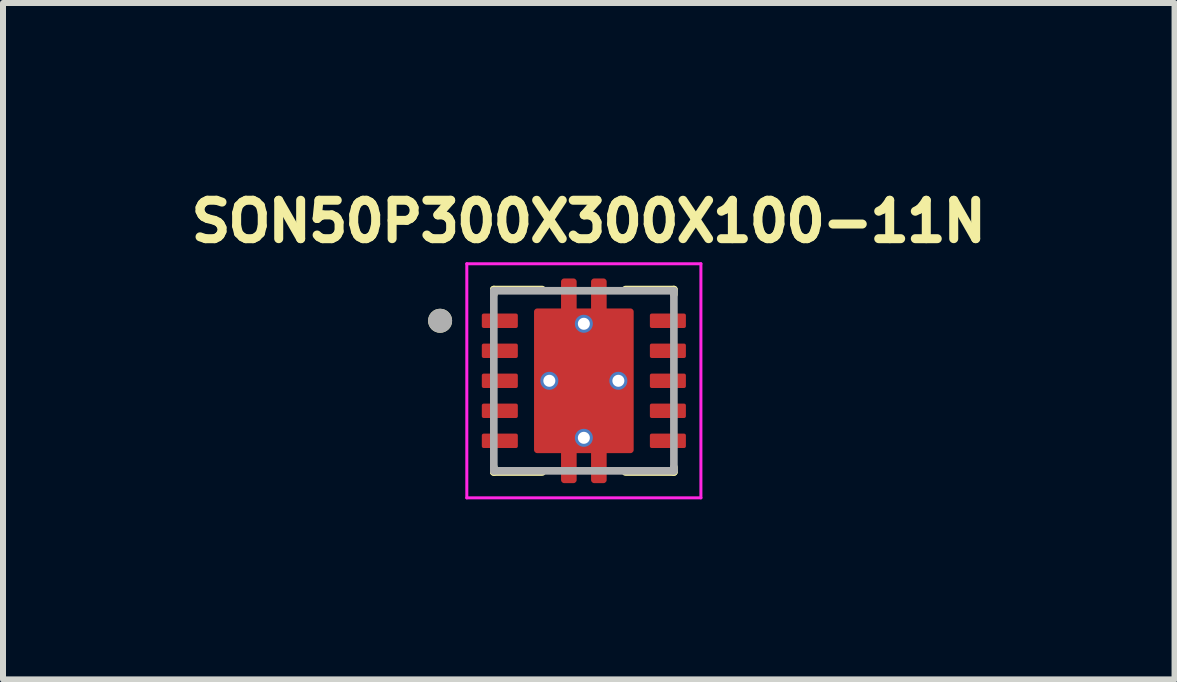
<source format=kicad_pcb>
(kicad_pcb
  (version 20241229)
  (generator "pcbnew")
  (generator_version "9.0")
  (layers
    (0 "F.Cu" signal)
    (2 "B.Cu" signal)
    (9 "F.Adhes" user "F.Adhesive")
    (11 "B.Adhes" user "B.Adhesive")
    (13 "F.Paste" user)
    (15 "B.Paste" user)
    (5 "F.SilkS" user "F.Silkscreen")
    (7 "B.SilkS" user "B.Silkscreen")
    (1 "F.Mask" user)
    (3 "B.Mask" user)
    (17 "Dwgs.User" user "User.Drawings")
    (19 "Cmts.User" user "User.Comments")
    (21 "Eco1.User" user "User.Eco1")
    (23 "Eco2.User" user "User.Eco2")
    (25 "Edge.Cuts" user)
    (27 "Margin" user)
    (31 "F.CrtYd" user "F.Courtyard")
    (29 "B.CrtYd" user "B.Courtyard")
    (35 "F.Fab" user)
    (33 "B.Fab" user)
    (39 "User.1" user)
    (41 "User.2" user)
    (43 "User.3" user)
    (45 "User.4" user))
  (footprint "SON50P300X300X100-11N"
    (layer "F.Cu")
    (at 6.677 3.294)
    (property "Reference" "SON50P300X300X100-11N" (at 0.082 -2.656 0) (layer "F.SilkS") (effects (font (size 0.64 0.64) (thickness 0.15))))
    (attr smd)
    (fp_poly (pts (xy -1.72 -1.19) (xy -1.08 -1.19) (xy -1.077 -1.19) (xy -1.075 -1.19) (xy -1.072 -1.189) (xy -1.07 -1.189) (xy -1.067 -1.188) (xy -1.065 -1.188) (xy -1.062 -1.187) (xy -1.06 -1.186) (xy -1.057 -1.185) (xy -1.055 -1.183) (xy -1.053 -1.182) (xy -1.051 -1.18) (xy -1.049 -1.179) (xy -1.047 -1.177) (xy -1.045 -1.175) (xy -1.043 -1.173) (xy -1.041 -1.171) (xy -1.04 -1.169) (xy -1.038 -1.167) (xy -1.037 -1.165) (xy -1.035 -1.163) (xy -1.034 -1.16) (xy -1.033 -1.158) (xy -1.032 -1.155) (xy -1.032 -1.153) (xy -1.031 -1.15) (xy -1.031 -1.148) (xy -1.03 -1.145) (xy -1.03 -1.143) (xy -1.03 -1.14) (xy -1.03 -0.86) (xy -1.03 -0.857) (xy -1.03 -0.855) (xy -1.031 -0.852) (xy -1.031 -0.85) (xy -1.032 -0.847) (xy -1.032 -0.845) (xy -1.033 -0.842) (xy -1.034 -0.84) (xy -1.035 -0.837) (xy -1.037 -0.835) (xy -1.038 -0.833) (xy -1.04 -0.831) (xy -1.041 -0.829) (xy -1.043 -0.827) (xy -1.045 -0.825) (xy -1.047 -0.823) (xy -1.049 -0.821) (xy -1.051 -0.82) (xy -1.053 -0.818) (xy -1.055 -0.817) (xy -1.057 -0.815) (xy -1.06 -0.814) (xy -1.062 -0.813) (xy -1.065 -0.812) (xy -1.067 -0.812) (xy -1.07 -0.811) (xy -1.072 -0.811) (xy -1.075 -0.81) (xy -1.077 -0.81) (xy -1.08 -0.81) (xy -1.72 -0.81) (xy -1.723 -0.81) (xy -1.725 -0.81) (xy -1.728 -0.811) (xy -1.73 -0.811) (xy -1.733 -0.812) (xy -1.735 -0.812) (xy -1.738 -0.813) (xy -1.74 -0.814) (xy -1.743 -0.815) (xy -1.745 -0.817) (xy -1.747 -0.818) (xy -1.749 -0.82) (xy -1.751 -0.821) (xy -1.753 -0.823) (xy -1.755 -0.825) (xy -1.757 -0.827) (xy -1.759 -0.829) (xy -1.76 -0.831) (xy -1.762 -0.833) (xy -1.763 -0.835) (xy -1.765 -0.837) (xy -1.766 -0.84) (xy -1.767 -0.842) (xy -1.768 -0.845) (xy -1.768 -0.847) (xy -1.769 -0.85) (xy -1.769 -0.852) (xy -1.77 -0.855) (xy -1.77 -0.857) (xy -1.77 -0.86) (xy -1.77 -1.14) (xy -1.77 -1.143) (xy -1.77 -1.145) (xy -1.769 -1.148) (xy -1.769 -1.15) (xy -1.768 -1.153) (xy -1.768 -1.155) (xy -1.767 -1.158) (xy -1.766 -1.16) (xy -1.765 -1.163) (xy -1.763 -1.165) (xy -1.762 -1.167) (xy -1.76 -1.169) (xy -1.759 -1.171) (xy -1.757 -1.173) (xy -1.755 -1.175) (xy -1.753 -1.177) (xy -1.751 -1.179) (xy -1.749 -1.18) (xy -1.747 -1.182) (xy -1.745 -1.183) (xy -1.743 -1.185) (xy -1.74 -1.186) (xy -1.738 -1.187) (xy -1.735 -1.188) (xy -1.733 -1.188) (xy -1.73 -1.189) (xy -1.728 -1.189) (xy -1.725 -1.19) (xy -1.723 -1.19) (xy -1.72 -1.19)) (stroke (width 0.01) (type solid)) (fill yes) (layer "F.Mask"))
    (fp_poly (pts (xy -1.72 -0.69) (xy -1.08 -0.69) (xy -1.077 -0.69) (xy -1.075 -0.69) (xy -1.072 -0.689) (xy -1.07 -0.689) (xy -1.067 -0.688) (xy -1.065 -0.688) (xy -1.062 -0.687) (xy -1.06 -0.686) (xy -1.057 -0.685) (xy -1.055 -0.683) (xy -1.053 -0.682) (xy -1.051 -0.68) (xy -1.049 -0.679) (xy -1.047 -0.677) (xy -1.045 -0.675) (xy -1.043 -0.673) (xy -1.041 -0.671) (xy -1.04 -0.669) (xy -1.038 -0.667) (xy -1.037 -0.665) (xy -1.035 -0.663) (xy -1.034 -0.66) (xy -1.033 -0.658) (xy -1.032 -0.655) (xy -1.032 -0.653) (xy -1.031 -0.65) (xy -1.031 -0.648) (xy -1.03 -0.645) (xy -1.03 -0.643) (xy -1.03 -0.64) (xy -1.03 -0.36) (xy -1.03 -0.357) (xy -1.03 -0.355) (xy -1.031 -0.352) (xy -1.031 -0.35) (xy -1.032 -0.347) (xy -1.032 -0.345) (xy -1.033 -0.342) (xy -1.034 -0.34) (xy -1.035 -0.337) (xy -1.037 -0.335) (xy -1.038 -0.333) (xy -1.04 -0.331) (xy -1.041 -0.329) (xy -1.043 -0.327) (xy -1.045 -0.325) (xy -1.047 -0.323) (xy -1.049 -0.321) (xy -1.051 -0.32) (xy -1.053 -0.318) (xy -1.055 -0.317) (xy -1.057 -0.315) (xy -1.06 -0.314) (xy -1.062 -0.313) (xy -1.065 -0.312) (xy -1.067 -0.312) (xy -1.07 -0.311) (xy -1.072 -0.311) (xy -1.075 -0.31) (xy -1.077 -0.31) (xy -1.08 -0.31) (xy -1.72 -0.31) (xy -1.723 -0.31) (xy -1.725 -0.31) (xy -1.728 -0.311) (xy -1.73 -0.311) (xy -1.733 -0.312) (xy -1.735 -0.312) (xy -1.738 -0.313) (xy -1.74 -0.314) (xy -1.743 -0.315) (xy -1.745 -0.317) (xy -1.747 -0.318) (xy -1.749 -0.32) (xy -1.751 -0.321) (xy -1.753 -0.323) (xy -1.755 -0.325) (xy -1.757 -0.327) (xy -1.759 -0.329) (xy -1.76 -0.331) (xy -1.762 -0.333) (xy -1.763 -0.335) (xy -1.765 -0.337) (xy -1.766 -0.34) (xy -1.767 -0.342) (xy -1.768 -0.345) (xy -1.768 -0.347) (xy -1.769 -0.35) (xy -1.769 -0.352) (xy -1.77 -0.355) (xy -1.77 -0.357) (xy -1.77 -0.36) (xy -1.77 -0.64) (xy -1.77 -0.643) (xy -1.77 -0.645) (xy -1.769 -0.648) (xy -1.769 -0.65) (xy -1.768 -0.653) (xy -1.768 -0.655) (xy -1.767 -0.658) (xy -1.766 -0.66) (xy -1.765 -0.663) (xy -1.763 -0.665) (xy -1.762 -0.667) (xy -1.76 -0.669) (xy -1.759 -0.671) (xy -1.757 -0.673) (xy -1.755 -0.675) (xy -1.753 -0.677) (xy -1.751 -0.679) (xy -1.749 -0.68) (xy -1.747 -0.682) (xy -1.745 -0.683) (xy -1.743 -0.685) (xy -1.74 -0.686) (xy -1.738 -0.687) (xy -1.735 -0.688) (xy -1.733 -0.688) (xy -1.73 -0.689) (xy -1.728 -0.689) (xy -1.725 -0.69) (xy -1.723 -0.69) (xy -1.72 -0.69)) (stroke (width 0.01) (type solid)) (fill yes) (layer "F.Mask"))
    (fp_poly (pts (xy -1.72 -0.19) (xy -1.08 -0.19) (xy -1.077 -0.19) (xy -1.075 -0.19) (xy -1.072 -0.189) (xy -1.07 -0.189) (xy -1.067 -0.188) (xy -1.065 -0.188) (xy -1.062 -0.187) (xy -1.06 -0.186) (xy -1.057 -0.185) (xy -1.055 -0.183) (xy -1.053 -0.182) (xy -1.051 -0.18) (xy -1.049 -0.179) (xy -1.047 -0.177) (xy -1.045 -0.175) (xy -1.043 -0.173) (xy -1.041 -0.171) (xy -1.04 -0.169) (xy -1.038 -0.167) (xy -1.037 -0.165) (xy -1.035 -0.163) (xy -1.034 -0.16) (xy -1.033 -0.158) (xy -1.032 -0.155) (xy -1.032 -0.153) (xy -1.031 -0.15) (xy -1.031 -0.148) (xy -1.03 -0.145) (xy -1.03 -0.143) (xy -1.03 -0.14) (xy -1.03 0.14) (xy -1.03 0.143) (xy -1.03 0.145) (xy -1.031 0.148) (xy -1.031 0.15) (xy -1.032 0.153) (xy -1.032 0.155) (xy -1.033 0.158) (xy -1.034 0.16) (xy -1.035 0.163) (xy -1.037 0.165) (xy -1.038 0.167) (xy -1.04 0.169) (xy -1.041 0.171) (xy -1.043 0.173) (xy -1.045 0.175) (xy -1.047 0.177) (xy -1.049 0.179) (xy -1.051 0.18) (xy -1.053 0.182) (xy -1.055 0.183) (xy -1.057 0.185) (xy -1.06 0.186) (xy -1.062 0.187) (xy -1.065 0.188) (xy -1.067 0.188) (xy -1.07 0.189) (xy -1.072 0.189) (xy -1.075 0.19) (xy -1.077 0.19) (xy -1.08 0.19) (xy -1.72 0.19) (xy -1.723 0.19) (xy -1.725 0.19) (xy -1.728 0.189) (xy -1.73 0.189) (xy -1.733 0.188) (xy -1.735 0.188) (xy -1.738 0.187) (xy -1.74 0.186) (xy -1.743 0.185) (xy -1.745 0.183) (xy -1.747 0.182) (xy -1.749 0.18) (xy -1.751 0.179) (xy -1.753 0.177) (xy -1.755 0.175) (xy -1.757 0.173) (xy -1.759 0.171) (xy -1.76 0.169) (xy -1.762 0.167) (xy -1.763 0.165) (xy -1.765 0.163) (xy -1.766 0.16) (xy -1.767 0.158) (xy -1.768 0.155) (xy -1.768 0.153) (xy -1.769 0.15) (xy -1.769 0.148) (xy -1.77 0.145) (xy -1.77 0.143) (xy -1.77 0.14) (xy -1.77 -0.14) (xy -1.77 -0.143) (xy -1.77 -0.145) (xy -1.769 -0.148) (xy -1.769 -0.15) (xy -1.768 -0.153) (xy -1.768 -0.155) (xy -1.767 -0.158) (xy -1.766 -0.16) (xy -1.765 -0.163) (xy -1.763 -0.165) (xy -1.762 -0.167) (xy -1.76 -0.169) (xy -1.759 -0.171) (xy -1.757 -0.173) (xy -1.755 -0.175) (xy -1.753 -0.177) (xy -1.751 -0.179) (xy -1.749 -0.18) (xy -1.747 -0.182) (xy -1.745 -0.183) (xy -1.743 -0.185) (xy -1.74 -0.186) (xy -1.738 -0.187) (xy -1.735 -0.188) (xy -1.733 -0.188) (xy -1.73 -0.189) (xy -1.728 -0.189) (xy -1.725 -0.19) (xy -1.723 -0.19) (xy -1.72 -0.19)) (stroke (width 0.01) (type solid)) (fill yes) (layer "F.Mask"))
    (fp_poly (pts (xy -1.72 0.31) (xy -1.08 0.31) (xy -1.077 0.31) (xy -1.075 0.31) (xy -1.072 0.311) (xy -1.07 0.311) (xy -1.067 0.312) (xy -1.065 0.312) (xy -1.062 0.313) (xy -1.06 0.314) (xy -1.057 0.315) (xy -1.055 0.317) (xy -1.053 0.318) (xy -1.051 0.32) (xy -1.049 0.321) (xy -1.047 0.323) (xy -1.045 0.325) (xy -1.043 0.327) (xy -1.041 0.329) (xy -1.04 0.331) (xy -1.038 0.333) (xy -1.037 0.335) (xy -1.035 0.337) (xy -1.034 0.34) (xy -1.033 0.342) (xy -1.032 0.345) (xy -1.032 0.347) (xy -1.031 0.35) (xy -1.031 0.352) (xy -1.03 0.355) (xy -1.03 0.357) (xy -1.03 0.36) (xy -1.03 0.64) (xy -1.03 0.643) (xy -1.03 0.645) (xy -1.031 0.648) (xy -1.031 0.65) (xy -1.032 0.653) (xy -1.032 0.655) (xy -1.033 0.658) (xy -1.034 0.66) (xy -1.035 0.663) (xy -1.037 0.665) (xy -1.038 0.667) (xy -1.04 0.669) (xy -1.041 0.671) (xy -1.043 0.673) (xy -1.045 0.675) (xy -1.047 0.677) (xy -1.049 0.679) (xy -1.051 0.68) (xy -1.053 0.682) (xy -1.055 0.683) (xy -1.057 0.685) (xy -1.06 0.686) (xy -1.062 0.687) (xy -1.065 0.688) (xy -1.067 0.688) (xy -1.07 0.689) (xy -1.072 0.689) (xy -1.075 0.69) (xy -1.077 0.69) (xy -1.08 0.69) (xy -1.72 0.69) (xy -1.723 0.69) (xy -1.725 0.69) (xy -1.728 0.689) (xy -1.73 0.689) (xy -1.733 0.688) (xy -1.735 0.688) (xy -1.738 0.687) (xy -1.74 0.686) (xy -1.743 0.685) (xy -1.745 0.683) (xy -1.747 0.682) (xy -1.749 0.68) (xy -1.751 0.679) (xy -1.753 0.677) (xy -1.755 0.675) (xy -1.757 0.673) (xy -1.759 0.671) (xy -1.76 0.669) (xy -1.762 0.667) (xy -1.763 0.665) (xy -1.765 0.663) (xy -1.766 0.66) (xy -1.767 0.658) (xy -1.768 0.655) (xy -1.768 0.653) (xy -1.769 0.65) (xy -1.769 0.648) (xy -1.77 0.645) (xy -1.77 0.643) (xy -1.77 0.64) (xy -1.77 0.36) (xy -1.77 0.357) (xy -1.77 0.355) (xy -1.769 0.352) (xy -1.769 0.35) (xy -1.768 0.347) (xy -1.768 0.345) (xy -1.767 0.342) (xy -1.766 0.34) (xy -1.765 0.337) (xy -1.763 0.335) (xy -1.762 0.333) (xy -1.76 0.331) (xy -1.759 0.329) (xy -1.757 0.327) (xy -1.755 0.325) (xy -1.753 0.323) (xy -1.751 0.321) (xy -1.749 0.32) (xy -1.747 0.318) (xy -1.745 0.317) (xy -1.743 0.315) (xy -1.74 0.314) (xy -1.738 0.313) (xy -1.735 0.312) (xy -1.733 0.312) (xy -1.73 0.311) (xy -1.728 0.311) (xy -1.725 0.31) (xy -1.723 0.31) (xy -1.72 0.31)) (stroke (width 0.01) (type solid)) (fill yes) (layer "F.Mask"))
    (fp_poly (pts (xy -1.72 0.81) (xy -1.08 0.81) (xy -1.077 0.81) (xy -1.075 0.81) (xy -1.072 0.811) (xy -1.07 0.811) (xy -1.067 0.812) (xy -1.065 0.812) (xy -1.062 0.813) (xy -1.06 0.814) (xy -1.057 0.815) (xy -1.055 0.817) (xy -1.053 0.818) (xy -1.051 0.82) (xy -1.049 0.821) (xy -1.047 0.823) (xy -1.045 0.825) (xy -1.043 0.827) (xy -1.041 0.829) (xy -1.04 0.831) (xy -1.038 0.833) (xy -1.037 0.835) (xy -1.035 0.837) (xy -1.034 0.84) (xy -1.033 0.842) (xy -1.032 0.845) (xy -1.032 0.847) (xy -1.031 0.85) (xy -1.031 0.852) (xy -1.03 0.855) (xy -1.03 0.857) (xy -1.03 0.86) (xy -1.03 1.14) (xy -1.03 1.143) (xy -1.03 1.145) (xy -1.031 1.148) (xy -1.031 1.15) (xy -1.032 1.153) (xy -1.032 1.155) (xy -1.033 1.158) (xy -1.034 1.16) (xy -1.035 1.163) (xy -1.037 1.165) (xy -1.038 1.167) (xy -1.04 1.169) (xy -1.041 1.171) (xy -1.043 1.173) (xy -1.045 1.175) (xy -1.047 1.177) (xy -1.049 1.179) (xy -1.051 1.18) (xy -1.053 1.182) (xy -1.055 1.183) (xy -1.057 1.185) (xy -1.06 1.186) (xy -1.062 1.187) (xy -1.065 1.188) (xy -1.067 1.188) (xy -1.07 1.189) (xy -1.072 1.189) (xy -1.075 1.19) (xy -1.077 1.19) (xy -1.08 1.19) (xy -1.72 1.19) (xy -1.723 1.19) (xy -1.725 1.19) (xy -1.728 1.189) (xy -1.73 1.189) (xy -1.733 1.188) (xy -1.735 1.188) (xy -1.738 1.187) (xy -1.74 1.186) (xy -1.743 1.185) (xy -1.745 1.183) (xy -1.747 1.182) (xy -1.749 1.18) (xy -1.751 1.179) (xy -1.753 1.177) (xy -1.755 1.175) (xy -1.757 1.173) (xy -1.759 1.171) (xy -1.76 1.169) (xy -1.762 1.167) (xy -1.763 1.165) (xy -1.765 1.163) (xy -1.766 1.16) (xy -1.767 1.158) (xy -1.768 1.155) (xy -1.768 1.153) (xy -1.769 1.15) (xy -1.769 1.148) (xy -1.77 1.145) (xy -1.77 1.143) (xy -1.77 1.14) (xy -1.77 0.86) (xy -1.77 0.857) (xy -1.77 0.855) (xy -1.769 0.852) (xy -1.769 0.85) (xy -1.768 0.847) (xy -1.768 0.845) (xy -1.767 0.842) (xy -1.766 0.84) (xy -1.765 0.837) (xy -1.763 0.835) (xy -1.762 0.833) (xy -1.76 0.831) (xy -1.759 0.829) (xy -1.757 0.827) (xy -1.755 0.825) (xy -1.753 0.823) (xy -1.751 0.821) (xy -1.749 0.82) (xy -1.747 0.818) (xy -1.745 0.817) (xy -1.743 0.815) (xy -1.74 0.814) (xy -1.738 0.813) (xy -1.735 0.812) (xy -1.733 0.812) (xy -1.73 0.811) (xy -1.728 0.811) (xy -1.725 0.81) (xy -1.723 0.81) (xy -1.72 0.81)) (stroke (width 0.01) (type solid)) (fill yes) (layer "F.Mask"))
    (fp_poly (pts (xy 1.08 -1.19) (xy 1.72 -1.19) (xy 1.723 -1.19) (xy 1.725 -1.19) (xy 1.728 -1.189) (xy 1.73 -1.189) (xy 1.733 -1.188) (xy 1.735 -1.188) (xy 1.738 -1.187) (xy 1.74 -1.186) (xy 1.743 -1.185) (xy 1.745 -1.183) (xy 1.747 -1.182) (xy 1.749 -1.18) (xy 1.751 -1.179) (xy 1.753 -1.177) (xy 1.755 -1.175) (xy 1.757 -1.173) (xy 1.759 -1.171) (xy 1.76 -1.169) (xy 1.762 -1.167) (xy 1.763 -1.165) (xy 1.765 -1.163) (xy 1.766 -1.16) (xy 1.767 -1.158) (xy 1.768 -1.155) (xy 1.768 -1.153) (xy 1.769 -1.15) (xy 1.769 -1.148) (xy 1.77 -1.145) (xy 1.77 -1.143) (xy 1.77 -1.14) (xy 1.77 -0.86) (xy 1.77 -0.857) (xy 1.77 -0.855) (xy 1.769 -0.852) (xy 1.769 -0.85) (xy 1.768 -0.847) (xy 1.768 -0.845) (xy 1.767 -0.842) (xy 1.766 -0.84) (xy 1.765 -0.837) (xy 1.763 -0.835) (xy 1.762 -0.833) (xy 1.76 -0.831) (xy 1.759 -0.829) (xy 1.757 -0.827) (xy 1.755 -0.825) (xy 1.753 -0.823) (xy 1.751 -0.821) (xy 1.749 -0.82) (xy 1.747 -0.818) (xy 1.745 -0.817) (xy 1.743 -0.815) (xy 1.74 -0.814) (xy 1.738 -0.813) (xy 1.735 -0.812) (xy 1.733 -0.812) (xy 1.73 -0.811) (xy 1.728 -0.811) (xy 1.725 -0.81) (xy 1.723 -0.81) (xy 1.72 -0.81) (xy 1.08 -0.81) (xy 1.077 -0.81) (xy 1.075 -0.81) (xy 1.072 -0.811) (xy 1.07 -0.811) (xy 1.067 -0.812) (xy 1.065 -0.812) (xy 1.062 -0.813) (xy 1.06 -0.814) (xy 1.057 -0.815) (xy 1.055 -0.817) (xy 1.053 -0.818) (xy 1.051 -0.82) (xy 1.049 -0.821) (xy 1.047 -0.823) (xy 1.045 -0.825) (xy 1.043 -0.827) (xy 1.041 -0.829) (xy 1.04 -0.831) (xy 1.038 -0.833) (xy 1.037 -0.835) (xy 1.035 -0.837) (xy 1.034 -0.84) (xy 1.033 -0.842) (xy 1.032 -0.845) (xy 1.032 -0.847) (xy 1.031 -0.85) (xy 1.031 -0.852) (xy 1.03 -0.855) (xy 1.03 -0.857) (xy 1.03 -0.86) (xy 1.03 -1.14) (xy 1.03 -1.143) (xy 1.03 -1.145) (xy 1.031 -1.148) (xy 1.031 -1.15) (xy 1.032 -1.153) (xy 1.032 -1.155) (xy 1.033 -1.158) (xy 1.034 -1.16) (xy 1.035 -1.163) (xy 1.037 -1.165) (xy 1.038 -1.167) (xy 1.04 -1.169) (xy 1.041 -1.171) (xy 1.043 -1.173) (xy 1.045 -1.175) (xy 1.047 -1.177) (xy 1.049 -1.179) (xy 1.051 -1.18) (xy 1.053 -1.182) (xy 1.055 -1.183) (xy 1.057 -1.185) (xy 1.06 -1.186) (xy 1.062 -1.187) (xy 1.065 -1.188) (xy 1.067 -1.188) (xy 1.07 -1.189) (xy 1.072 -1.189) (xy 1.075 -1.19) (xy 1.077 -1.19) (xy 1.08 -1.19)) (stroke (width 0.01) (type solid)) (fill yes) (layer "F.Mask"))
    (fp_poly (pts (xy 1.08 -0.69) (xy 1.72 -0.69) (xy 1.723 -0.69) (xy 1.725 -0.69) (xy 1.728 -0.689) (xy 1.73 -0.689) (xy 1.733 -0.688) (xy 1.735 -0.688) (xy 1.738 -0.687) (xy 1.74 -0.686) (xy 1.743 -0.685) (xy 1.745 -0.683) (xy 1.747 -0.682) (xy 1.749 -0.68) (xy 1.751 -0.679) (xy 1.753 -0.677) (xy 1.755 -0.675) (xy 1.757 -0.673) (xy 1.759 -0.671) (xy 1.76 -0.669) (xy 1.762 -0.667) (xy 1.763 -0.665) (xy 1.765 -0.663) (xy 1.766 -0.66) (xy 1.767 -0.658) (xy 1.768 -0.655) (xy 1.768 -0.653) (xy 1.769 -0.65) (xy 1.769 -0.648) (xy 1.77 -0.645) (xy 1.77 -0.643) (xy 1.77 -0.64) (xy 1.77 -0.36) (xy 1.77 -0.357) (xy 1.77 -0.355) (xy 1.769 -0.352) (xy 1.769 -0.35) (xy 1.768 -0.347) (xy 1.768 -0.345) (xy 1.767 -0.342) (xy 1.766 -0.34) (xy 1.765 -0.337) (xy 1.763 -0.335) (xy 1.762 -0.333) (xy 1.76 -0.331) (xy 1.759 -0.329) (xy 1.757 -0.327) (xy 1.755 -0.325) (xy 1.753 -0.323) (xy 1.751 -0.321) (xy 1.749 -0.32) (xy 1.747 -0.318) (xy 1.745 -0.317) (xy 1.743 -0.315) (xy 1.74 -0.314) (xy 1.738 -0.313) (xy 1.735 -0.312) (xy 1.733 -0.312) (xy 1.73 -0.311) (xy 1.728 -0.311) (xy 1.725 -0.31) (xy 1.723 -0.31) (xy 1.72 -0.31) (xy 1.08 -0.31) (xy 1.077 -0.31) (xy 1.075 -0.31) (xy 1.072 -0.311) (xy 1.07 -0.311) (xy 1.067 -0.312) (xy 1.065 -0.312) (xy 1.062 -0.313) (xy 1.06 -0.314) (xy 1.057 -0.315) (xy 1.055 -0.317) (xy 1.053 -0.318) (xy 1.051 -0.32) (xy 1.049 -0.321) (xy 1.047 -0.323) (xy 1.045 -0.325) (xy 1.043 -0.327) (xy 1.041 -0.329) (xy 1.04 -0.331) (xy 1.038 -0.333) (xy 1.037 -0.335) (xy 1.035 -0.337) (xy 1.034 -0.34) (xy 1.033 -0.342) (xy 1.032 -0.345) (xy 1.032 -0.347) (xy 1.031 -0.35) (xy 1.031 -0.352) (xy 1.03 -0.355) (xy 1.03 -0.357) (xy 1.03 -0.36) (xy 1.03 -0.64) (xy 1.03 -0.643) (xy 1.03 -0.645) (xy 1.031 -0.648) (xy 1.031 -0.65) (xy 1.032 -0.653) (xy 1.032 -0.655) (xy 1.033 -0.658) (xy 1.034 -0.66) (xy 1.035 -0.663) (xy 1.037 -0.665) (xy 1.038 -0.667) (xy 1.04 -0.669) (xy 1.041 -0.671) (xy 1.043 -0.673) (xy 1.045 -0.675) (xy 1.047 -0.677) (xy 1.049 -0.679) (xy 1.051 -0.68) (xy 1.053 -0.682) (xy 1.055 -0.683) (xy 1.057 -0.685) (xy 1.06 -0.686) (xy 1.062 -0.687) (xy 1.065 -0.688) (xy 1.067 -0.688) (xy 1.07 -0.689) (xy 1.072 -0.689) (xy 1.075 -0.69) (xy 1.077 -0.69) (xy 1.08 -0.69)) (stroke (width 0.01) (type solid)) (fill yes) (layer "F.Mask"))
    (fp_poly (pts (xy 1.08 -0.19) (xy 1.72 -0.19) (xy 1.723 -0.19) (xy 1.725 -0.19) (xy 1.728 -0.189) (xy 1.73 -0.189) (xy 1.733 -0.188) (xy 1.735 -0.188) (xy 1.738 -0.187) (xy 1.74 -0.186) (xy 1.743 -0.185) (xy 1.745 -0.183) (xy 1.747 -0.182) (xy 1.749 -0.18) (xy 1.751 -0.179) (xy 1.753 -0.177) (xy 1.755 -0.175) (xy 1.757 -0.173) (xy 1.759 -0.171) (xy 1.76 -0.169) (xy 1.762 -0.167) (xy 1.763 -0.165) (xy 1.765 -0.163) (xy 1.766 -0.16) (xy 1.767 -0.158) (xy 1.768 -0.155) (xy 1.768 -0.153) (xy 1.769 -0.15) (xy 1.769 -0.148) (xy 1.77 -0.145) (xy 1.77 -0.143) (xy 1.77 -0.14) (xy 1.77 0.14) (xy 1.77 0.143) (xy 1.77 0.145) (xy 1.769 0.148) (xy 1.769 0.15) (xy 1.768 0.153) (xy 1.768 0.155) (xy 1.767 0.158) (xy 1.766 0.16) (xy 1.765 0.163) (xy 1.763 0.165) (xy 1.762 0.167) (xy 1.76 0.169) (xy 1.759 0.171) (xy 1.757 0.173) (xy 1.755 0.175) (xy 1.753 0.177) (xy 1.751 0.179) (xy 1.749 0.18) (xy 1.747 0.182) (xy 1.745 0.183) (xy 1.743 0.185) (xy 1.74 0.186) (xy 1.738 0.187) (xy 1.735 0.188) (xy 1.733 0.188) (xy 1.73 0.189) (xy 1.728 0.189) (xy 1.725 0.19) (xy 1.723 0.19) (xy 1.72 0.19) (xy 1.08 0.19) (xy 1.077 0.19) (xy 1.075 0.19) (xy 1.072 0.189) (xy 1.07 0.189) (xy 1.067 0.188) (xy 1.065 0.188) (xy 1.062 0.187) (xy 1.06 0.186) (xy 1.057 0.185) (xy 1.055 0.183) (xy 1.053 0.182) (xy 1.051 0.18) (xy 1.049 0.179) (xy 1.047 0.177) (xy 1.045 0.175) (xy 1.043 0.173) (xy 1.041 0.171) (xy 1.04 0.169) (xy 1.038 0.167) (xy 1.037 0.165) (xy 1.035 0.163) (xy 1.034 0.16) (xy 1.033 0.158) (xy 1.032 0.155) (xy 1.032 0.153) (xy 1.031 0.15) (xy 1.031 0.148) (xy 1.03 0.145) (xy 1.03 0.143) (xy 1.03 0.14) (xy 1.03 -0.14) (xy 1.03 -0.143) (xy 1.03 -0.145) (xy 1.031 -0.148) (xy 1.031 -0.15) (xy 1.032 -0.153) (xy 1.032 -0.155) (xy 1.033 -0.158) (xy 1.034 -0.16) (xy 1.035 -0.163) (xy 1.037 -0.165) (xy 1.038 -0.167) (xy 1.04 -0.169) (xy 1.041 -0.171) (xy 1.043 -0.173) (xy 1.045 -0.175) (xy 1.047 -0.177) (xy 1.049 -0.179) (xy 1.051 -0.18) (xy 1.053 -0.182) (xy 1.055 -0.183) (xy 1.057 -0.185) (xy 1.06 -0.186) (xy 1.062 -0.187) (xy 1.065 -0.188) (xy 1.067 -0.188) (xy 1.07 -0.189) (xy 1.072 -0.189) (xy 1.075 -0.19) (xy 1.077 -0.19) (xy 1.08 -0.19)) (stroke (width 0.01) (type solid)) (fill yes) (layer "F.Mask"))
    (fp_poly (pts (xy 1.08 0.31) (xy 1.72 0.31) (xy 1.723 0.31) (xy 1.725 0.31) (xy 1.728 0.311) (xy 1.73 0.311) (xy 1.733 0.312) (xy 1.735 0.312) (xy 1.738 0.313) (xy 1.74 0.314) (xy 1.743 0.315) (xy 1.745 0.317) (xy 1.747 0.318) (xy 1.749 0.32) (xy 1.751 0.321) (xy 1.753 0.323) (xy 1.755 0.325) (xy 1.757 0.327) (xy 1.759 0.329) (xy 1.76 0.331) (xy 1.762 0.333) (xy 1.763 0.335) (xy 1.765 0.337) (xy 1.766 0.34) (xy 1.767 0.342) (xy 1.768 0.345) (xy 1.768 0.347) (xy 1.769 0.35) (xy 1.769 0.352) (xy 1.77 0.355) (xy 1.77 0.357) (xy 1.77 0.36) (xy 1.77 0.64) (xy 1.77 0.643) (xy 1.77 0.645) (xy 1.769 0.648) (xy 1.769 0.65) (xy 1.768 0.653) (xy 1.768 0.655) (xy 1.767 0.658) (xy 1.766 0.66) (xy 1.765 0.663) (xy 1.763 0.665) (xy 1.762 0.667) (xy 1.76 0.669) (xy 1.759 0.671) (xy 1.757 0.673) (xy 1.755 0.675) (xy 1.753 0.677) (xy 1.751 0.679) (xy 1.749 0.68) (xy 1.747 0.682) (xy 1.745 0.683) (xy 1.743 0.685) (xy 1.74 0.686) (xy 1.738 0.687) (xy 1.735 0.688) (xy 1.733 0.688) (xy 1.73 0.689) (xy 1.728 0.689) (xy 1.725 0.69) (xy 1.723 0.69) (xy 1.72 0.69) (xy 1.08 0.69) (xy 1.077 0.69) (xy 1.075 0.69) (xy 1.072 0.689) (xy 1.07 0.689) (xy 1.067 0.688) (xy 1.065 0.688) (xy 1.062 0.687) (xy 1.06 0.686) (xy 1.057 0.685) (xy 1.055 0.683) (xy 1.053 0.682) (xy 1.051 0.68) (xy 1.049 0.679) (xy 1.047 0.677) (xy 1.045 0.675) (xy 1.043 0.673) (xy 1.041 0.671) (xy 1.04 0.669) (xy 1.038 0.667) (xy 1.037 0.665) (xy 1.035 0.663) (xy 1.034 0.66) (xy 1.033 0.658) (xy 1.032 0.655) (xy 1.032 0.653) (xy 1.031 0.65) (xy 1.031 0.648) (xy 1.03 0.645) (xy 1.03 0.643) (xy 1.03 0.64) (xy 1.03 0.36) (xy 1.03 0.357) (xy 1.03 0.355) (xy 1.031 0.352) (xy 1.031 0.35) (xy 1.032 0.347) (xy 1.032 0.345) (xy 1.033 0.342) (xy 1.034 0.34) (xy 1.035 0.337) (xy 1.037 0.335) (xy 1.038 0.333) (xy 1.04 0.331) (xy 1.041 0.329) (xy 1.043 0.327) (xy 1.045 0.325) (xy 1.047 0.323) (xy 1.049 0.321) (xy 1.051 0.32) (xy 1.053 0.318) (xy 1.055 0.317) (xy 1.057 0.315) (xy 1.06 0.314) (xy 1.062 0.313) (xy 1.065 0.312) (xy 1.067 0.312) (xy 1.07 0.311) (xy 1.072 0.311) (xy 1.075 0.31) (xy 1.077 0.31) (xy 1.08 0.31)) (stroke (width 0.01) (type solid)) (fill yes) (layer "F.Mask"))
    (fp_poly (pts (xy 1.08 0.81) (xy 1.72 0.81) (xy 1.723 0.81) (xy 1.725 0.81) (xy 1.728 0.811) (xy 1.73 0.811) (xy 1.733 0.812) (xy 1.735 0.812) (xy 1.738 0.813) (xy 1.74 0.814) (xy 1.743 0.815) (xy 1.745 0.817) (xy 1.747 0.818) (xy 1.749 0.82) (xy 1.751 0.821) (xy 1.753 0.823) (xy 1.755 0.825) (xy 1.757 0.827) (xy 1.759 0.829) (xy 1.76 0.831) (xy 1.762 0.833) (xy 1.763 0.835) (xy 1.765 0.837) (xy 1.766 0.84) (xy 1.767 0.842) (xy 1.768 0.845) (xy 1.768 0.847) (xy 1.769 0.85) (xy 1.769 0.852) (xy 1.77 0.855) (xy 1.77 0.857) (xy 1.77 0.86) (xy 1.77 1.14) (xy 1.77 1.143) (xy 1.77 1.145) (xy 1.769 1.148) (xy 1.769 1.15) (xy 1.768 1.153) (xy 1.768 1.155) (xy 1.767 1.158) (xy 1.766 1.16) (xy 1.765 1.163) (xy 1.763 1.165) (xy 1.762 1.167) (xy 1.76 1.169) (xy 1.759 1.171) (xy 1.757 1.173) (xy 1.755 1.175) (xy 1.753 1.177) (xy 1.751 1.179) (xy 1.749 1.18) (xy 1.747 1.182) (xy 1.745 1.183) (xy 1.743 1.185) (xy 1.74 1.186) (xy 1.738 1.187) (xy 1.735 1.188) (xy 1.733 1.188) (xy 1.73 1.189) (xy 1.728 1.189) (xy 1.725 1.19) (xy 1.723 1.19) (xy 1.72 1.19) (xy 1.08 1.19) (xy 1.077 1.19) (xy 1.075 1.19) (xy 1.072 1.189) (xy 1.07 1.189) (xy 1.067 1.188) (xy 1.065 1.188) (xy 1.062 1.187) (xy 1.06 1.186) (xy 1.057 1.185) (xy 1.055 1.183) (xy 1.053 1.182) (xy 1.051 1.18) (xy 1.049 1.179) (xy 1.047 1.177) (xy 1.045 1.175) (xy 1.043 1.173) (xy 1.041 1.171) (xy 1.04 1.169) (xy 1.038 1.167) (xy 1.037 1.165) (xy 1.035 1.163) (xy 1.034 1.16) (xy 1.033 1.158) (xy 1.032 1.155) (xy 1.032 1.153) (xy 1.031 1.15) (xy 1.031 1.148) (xy 1.03 1.145) (xy 1.03 1.143) (xy 1.03 1.14) (xy 1.03 0.86) (xy 1.03 0.857) (xy 1.03 0.855) (xy 1.031 0.852) (xy 1.031 0.85) (xy 1.032 0.847) (xy 1.032 0.845) (xy 1.033 0.842) (xy 1.034 0.84) (xy 1.035 0.837) (xy 1.037 0.835) (xy 1.038 0.833) (xy 1.04 0.831) (xy 1.041 0.829) (xy 1.043 0.827) (xy 1.045 0.825) (xy 1.047 0.823) (xy 1.049 0.821) (xy 1.051 0.82) (xy 1.053 0.818) (xy 1.055 0.817) (xy 1.057 0.815) (xy 1.06 0.814) (xy 1.062 0.813) (xy 1.065 0.812) (xy 1.067 0.812) (xy 1.07 0.811) (xy 1.072 0.811) (xy 1.075 0.81) (xy 1.077 0.81) (xy 1.08 0.81)) (stroke (width 0.01) (type solid)) (fill yes) (layer "F.Mask"))
    (fp_poly (pts (xy -0.445 1.27) (xy -0.845 1.27) (xy -0.848 1.27) (xy -0.85 1.27) (xy -0.853 1.269) (xy -0.855 1.269) (xy -0.858 1.268) (xy -0.86 1.268) (xy -0.863 1.267) (xy -0.865 1.266) (xy -0.868 1.265) (xy -0.87 1.263) (xy -0.872 1.262) (xy -0.874 1.26) (xy -0.876 1.259) (xy -0.878 1.257) (xy -0.88 1.255) (xy -0.882 1.253) (xy -0.884 1.251) (xy -0.885 1.249) (xy -0.887 1.247) (xy -0.888 1.245) (xy -0.89 1.243) (xy -0.891 1.24) (xy -0.892 1.238) (xy -0.893 1.235) (xy -0.893 1.233) (xy -0.894 1.23) (xy -0.894 1.228) (xy -0.895 1.225) (xy -0.895 1.223) (xy -0.895 1.22) (xy -0.895 -1.22) (xy -0.895 -1.223) (xy -0.895 -1.225) (xy -0.894 -1.228) (xy -0.894 -1.23) (xy -0.893 -1.233) (xy -0.893 -1.235) (xy -0.892 -1.238) (xy -0.891 -1.24) (xy -0.89 -1.243) (xy -0.888 -1.245) (xy -0.887 -1.247) (xy -0.885 -1.249) (xy -0.884 -1.251) (xy -0.882 -1.253) (xy -0.88 -1.255) (xy -0.878 -1.257) (xy -0.876 -1.259) (xy -0.874 -1.26) (xy -0.872 -1.262) (xy -0.87 -1.263) (xy -0.868 -1.265) (xy -0.865 -1.266) (xy -0.863 -1.267) (xy -0.86 -1.268) (xy -0.858 -1.268) (xy -0.855 -1.269) (xy -0.853 -1.269) (xy -0.85 -1.27) (xy -0.848 -1.27) (xy -0.845 -1.27) (xy -0.445 -1.27) (xy -0.445 -1.72) (xy -0.445 -1.723) (xy -0.445 -1.725) (xy -0.444 -1.728) (xy -0.444 -1.73) (xy -0.443 -1.733) (xy -0.443 -1.735) (xy -0.442 -1.738) (xy -0.441 -1.74) (xy -0.44 -1.743) (xy -0.438 -1.745) (xy -0.437 -1.747) (xy -0.435 -1.749) (xy -0.434 -1.751) (xy -0.432 -1.753) (xy -0.43 -1.755) (xy -0.428 -1.757) (xy -0.426 -1.759) (xy -0.424 -1.76) (xy -0.422 -1.762) (xy -0.42 -1.763) (xy -0.418 -1.765) (xy -0.415 -1.766) (xy -0.413 -1.767) (xy -0.41 -1.768) (xy -0.408 -1.768) (xy -0.405 -1.769) (xy -0.403 -1.769) (xy -0.4 -1.77) (xy -0.398 -1.77) (xy -0.395 -1.77) (xy -0.105 -1.77) (xy -0.102 -1.77) (xy -0.1 -1.77) (xy -0.097 -1.769) (xy -0.095 -1.769) (xy -0.092 -1.768) (xy -0.09 -1.768) (xy -0.087 -1.767) (xy -0.085 -1.766) (xy -0.082 -1.765) (xy -0.08 -1.763) (xy -0.078 -1.762) (xy -0.076 -1.76) (xy -0.074 -1.759) (xy -0.072 -1.757) (xy -0.07 -1.755) (xy -0.068 -1.753) (xy -0.066 -1.751) (xy -0.065 -1.749) (xy -0.063 -1.747) (xy -0.062 -1.745) (xy -0.06 -1.743) (xy -0.059 -1.74) (xy -0.058 -1.738) (xy -0.057 -1.735) (xy -0.057 -1.733) (xy -0.056 -1.73) (xy -0.056 -1.728) (xy -0.055 -1.725) (xy -0.055 -1.723) (xy -0.055 -1.72) (xy -0.055 -1.27) (xy 0.055 -1.27) (xy 0.055 -1.72) (xy 0.055 -1.723) (xy 0.055 -1.725) (xy 0.056 -1.728) (xy 0.056 -1.73) (xy 0.057 -1.733) (xy 0.057 -1.735) (xy 0.058 -1.738) (xy 0.059 -1.74) (xy 0.06 -1.743) (xy 0.062 -1.745) (xy 0.063 -1.747) (xy 0.065 -1.749) (xy 0.066 -1.751) (xy 0.068 -1.753) (xy 0.07 -1.755) (xy 0.072 -1.757) (xy 0.074 -1.759) (xy 0.076 -1.76) (xy 0.078 -1.762) (xy 0.08 -1.763) (xy 0.082 -1.765) (xy 0.085 -1.766) (xy 0.087 -1.767) (xy 0.09 -1.768) (xy 0.092 -1.768) (xy 0.095 -1.769) (xy 0.097 -1.769) (xy 0.1 -1.77) (xy 0.102 -1.77) (xy 0.105 -1.77) (xy 0.395 -1.77) (xy 0.398 -1.77) (xy 0.4 -1.77) (xy 0.403 -1.769) (xy 0.405 -1.769) (xy 0.408 -1.768) (xy 0.41 -1.768) (xy 0.413 -1.767) (xy 0.415 -1.766) (xy 0.418 -1.765) (xy 0.42 -1.763) (xy 0.422 -1.762) (xy 0.424 -1.76) (xy 0.426 -1.759) (xy 0.428 -1.757) (xy 0.43 -1.755) (xy 0.432 -1.753) (xy 0.434 -1.751) (xy 0.435 -1.749) (xy 0.437 -1.747) (xy 0.438 -1.745) (xy 0.44 -1.743) (xy 0.441 -1.74) (xy 0.442 -1.738) (xy 0.443 -1.735) (xy 0.443 -1.733) (xy 0.444 -1.73) (xy 0.444 -1.728) (xy 0.445 -1.725) (xy 0.445 -1.723) (xy 0.445 -1.72) (xy 0.445 -1.27) (xy 0.845 -1.27) (xy 0.848 -1.27) (xy 0.85 -1.27) (xy 0.853 -1.269) (xy 0.855 -1.269) (xy 0.858 -1.268) (xy 0.86 -1.268) (xy 0.863 -1.267) (xy 0.865 -1.266) (xy 0.868 -1.265) (xy 0.87 -1.263) (xy 0.872 -1.262) (xy 0.874 -1.26) (xy 0.876 -1.259) (xy 0.878 -1.257) (xy 0.88 -1.255) (xy 0.882 -1.253) (xy 0.884 -1.251) (xy 0.885 -1.249) (xy 0.887 -1.247) (xy 0.888 -1.245) (xy 0.89 -1.243) (xy 0.891 -1.24) (xy 0.892 -1.238) (xy 0.893 -1.235) (xy 0.893 -1.233) (xy 0.894 -1.23) (xy 0.894 -1.228) (xy 0.895 -1.225) (xy 0.895 -1.223) (xy 0.895 -1.22) (xy 0.895 1.22) (xy 0.895 1.223) (xy 0.895 1.225) (xy 0.894 1.228) (xy 0.894 1.23) (xy 0.893 1.233) (xy 0.893 1.235) (xy 0.892 1.238) (xy 0.891 1.24) (xy 0.89 1.243) (xy 0.888 1.245) (xy 0.887 1.247) (xy 0.885 1.249) (xy 0.884 1.251) (xy 0.882 1.253) (xy 0.88 1.255) (xy 0.878 1.257) (xy 0.876 1.259) (xy 0.874 1.26) (xy 0.872 1.262) (xy 0.87 1.263) (xy 0.868 1.265) (xy 0.865 1.266) (xy 0.863 1.267) (xy 0.86 1.268) (xy 0.858 1.268) (xy 0.855 1.269) (xy 0.853 1.269) (xy 0.85 1.27) (xy 0.848 1.27) (xy 0.845 1.27) (xy 0.445 1.27) (xy 0.445 1.72) (xy 0.445 1.723) (xy 0.445 1.725) (xy 0.444 1.728) (xy 0.444 1.73) (xy 0.443 1.733) (xy 0.443 1.735) (xy 0.442 1.738) (xy 0.441 1.74) (xy 0.44 1.743) (xy 0.438 1.745) (xy 0.437 1.747) (xy 0.435 1.749) (xy 0.434 1.751) (xy 0.432 1.753) (xy 0.43 1.755) (xy 0.428 1.757) (xy 0.426 1.759) (xy 0.424 1.76) (xy 0.422 1.762) (xy 0.42 1.763) (xy 0.418 1.765) (xy 0.415 1.766) (xy 0.413 1.767) (xy 0.41 1.768) (xy 0.408 1.768) (xy 0.405 1.769) (xy 0.403 1.769) (xy 0.4 1.77) (xy 0.398 1.77) (xy 0.395 1.77) (xy 0.105 1.77) (xy 0.102 1.77) (xy 0.1 1.77) (xy 0.097 1.769) (xy 0.095 1.769) (xy 0.092 1.768) (xy 0.09 1.768) (xy 0.087 1.767) (xy 0.085 1.766) (xy 0.082 1.765) (xy 0.08 1.763) (xy 0.078 1.762) (xy 0.076 1.76) (xy 0.074 1.759) (xy 0.072 1.757) (xy 0.07 1.755) (xy 0.068 1.753) (xy 0.066 1.751) (xy 0.065 1.749) (xy 0.063 1.747) (xy 0.062 1.745) (xy 0.06 1.743) (xy 0.059 1.74) (xy 0.058 1.738) (xy 0.057 1.735) (xy 0.057 1.733) (xy 0.056 1.73) (xy 0.056 1.728) (xy 0.055 1.725) (xy 0.055 1.723) (xy 0.055 1.72) (xy 0.055 1.27) (xy -0.055 1.27) (xy -0.055 1.72) (xy -0.055 1.723) (xy -0.055 1.725) (xy -0.056 1.728) (xy -0.056 1.73) (xy -0.057 1.733) (xy -0.057 1.735) (xy -0.058 1.738) (xy -0.059 1.74) (xy -0.06 1.743) (xy -0.062 1.745) (xy -0.063 1.747) (xy -0.065 1.749) (xy -0.066 1.751) (xy -0.068 1.753) (xy -0.07 1.755) (xy -0.072 1.757) (xy -0.074 1.759) (xy -0.076 1.76) (xy -0.078 1.762) (xy -0.08 1.763) (xy -0.082 1.765) (xy -0.085 1.766) (xy -0.087 1.767) (xy -0.09 1.768) (xy -0.092 1.768) (xy -0.095 1.769) (xy -0.097 1.769) (xy -0.1 1.77) (xy -0.102 1.77) (xy -0.105 1.77) (xy -0.395 1.77) (xy -0.398 1.77) (xy -0.4 1.77) (xy -0.403 1.769) (xy -0.405 1.769) (xy -0.408 1.768) (xy -0.41 1.768) (xy -0.413 1.767) (xy -0.415 1.766) (xy -0.418 1.765) (xy -0.42 1.763) (xy -0.422 1.762) (xy -0.424 1.76) (xy -0.426 1.759) (xy -0.428 1.757) (xy -0.43 1.755) (xy -0.432 1.753) (xy -0.434 1.751) (xy -0.435 1.749) (xy -0.437 1.747) (xy -0.438 1.745) (xy -0.44 1.743) (xy -0.441 1.74) (xy -0.442 1.738) (xy -0.443 1.735) (xy -0.443 1.733) (xy -0.444 1.73) (xy -0.444 1.728) (xy -0.445 1.725) (xy -0.445 1.723) (xy -0.445 1.72) (xy -0.445 1.27)) (stroke (width 0.01) (type solid)) (fill yes) (layer "F.Mask"))
    (fp_line (start -1.5 -1.52) (end -1.5 -1.44) (stroke (width 0.127) (type solid)) (layer "F.SilkS"))
    (fp_line (start -1.5 -1.52) (end -0.695 -1.52) (stroke (width 0.127) (type solid)) (layer "F.SilkS"))
    (fp_line (start -1.5 1.52) (end -1.5 1.44) (stroke (width 0.127) (type solid)) (layer "F.SilkS"))
    (fp_line (start -1.5 1.52) (end -0.695 1.52) (stroke (width 0.127) (type solid)) (layer "F.SilkS"))
    (fp_line (start 0.695 -1.52) (end 1.5 -1.52) (stroke (width 0.127) (type solid)) (layer "F.SilkS"))
    (fp_line (start 0.695 1.52) (end 1.5 1.52) (stroke (width 0.127) (type solid)) (layer "F.SilkS"))
    (fp_line (start 1.5 -1.52) (end 1.5 -1.44) (stroke (width 0.127) (type solid)) (layer "F.SilkS"))
    (fp_line (start 1.5 1.52) (end 1.5 1.44) (stroke (width 0.127) (type solid)) (layer "F.SilkS"))
    (fp_circle (center -2.395 -1) (end -2.295 -1) (stroke (width 0.2) (type solid)) (fill no) (layer "F.SilkS"))
    (fp_poly (pts (xy -0.375 -1.36) (xy -0.375 -1.65) (xy -0.375 -1.653) (xy -0.375 -1.655) (xy -0.374 -1.658) (xy -0.374 -1.66) (xy -0.373 -1.663) (xy -0.373 -1.665) (xy -0.372 -1.668) (xy -0.371 -1.67) (xy -0.37 -1.673) (xy -0.368 -1.675) (xy -0.367 -1.677) (xy -0.365 -1.679) (xy -0.364 -1.681) (xy -0.362 -1.683) (xy -0.36 -1.685) (xy -0.358 -1.687) (xy -0.356 -1.689) (xy -0.354 -1.69) (xy -0.352 -1.692) (xy -0.35 -1.693) (xy -0.348 -1.695) (xy -0.345 -1.696) (xy -0.343 -1.697) (xy -0.34 -1.698) (xy -0.338 -1.698) (xy -0.335 -1.699) (xy -0.333 -1.699) (xy -0.33 -1.7) (xy -0.328 -1.7) (xy -0.325 -1.7) (xy -0.175 -1.7) (xy -0.172 -1.7) (xy -0.17 -1.7) (xy -0.167 -1.699) (xy -0.165 -1.699) (xy -0.162 -1.698) (xy -0.16 -1.698) (xy -0.157 -1.697) (xy -0.155 -1.696) (xy -0.152 -1.695) (xy -0.15 -1.693) (xy -0.148 -1.692) (xy -0.146 -1.69) (xy -0.144 -1.689) (xy -0.142 -1.687) (xy -0.14 -1.685) (xy -0.138 -1.683) (xy -0.136 -1.681) (xy -0.135 -1.679) (xy -0.133 -1.677) (xy -0.132 -1.675) (xy -0.13 -1.673) (xy -0.129 -1.67) (xy -0.128 -1.668) (xy -0.127 -1.665) (xy -0.127 -1.663) (xy -0.126 -1.66) (xy -0.126 -1.658) (xy -0.125 -1.655) (xy -0.125 -1.653) (xy -0.125 -1.65) (xy -0.125 -1.36) (xy -0.375 -1.36)) (stroke (width 0.01) (type solid)) (fill yes) (layer "F.Paste"))
    (fp_poly (pts (xy -0.125 1.36) (xy -0.125 1.65) (xy -0.125 1.653) (xy -0.125 1.655) (xy -0.126 1.658) (xy -0.126 1.66) (xy -0.127 1.663) (xy -0.127 1.665) (xy -0.128 1.668) (xy -0.129 1.67) (xy -0.13 1.673) (xy -0.132 1.675) (xy -0.133 1.677) (xy -0.135 1.679) (xy -0.136 1.681) (xy -0.138 1.683) (xy -0.14 1.685) (xy -0.142 1.687) (xy -0.144 1.689) (xy -0.146 1.69) (xy -0.148 1.692) (xy -0.15 1.693) (xy -0.152 1.695) (xy -0.155 1.696) (xy -0.157 1.697) (xy -0.16 1.698) (xy -0.162 1.698) (xy -0.165 1.699) (xy -0.167 1.699) (xy -0.17 1.7) (xy -0.172 1.7) (xy -0.175 1.7) (xy -0.325 1.7) (xy -0.328 1.7) (xy -0.33 1.7) (xy -0.333 1.699) (xy -0.335 1.699) (xy -0.338 1.698) (xy -0.34 1.698) (xy -0.343 1.697) (xy -0.345 1.696) (xy -0.348 1.695) (xy -0.35 1.693) (xy -0.352 1.692) (xy -0.354 1.69) (xy -0.356 1.689) (xy -0.358 1.687) (xy -0.36 1.685) (xy -0.362 1.683) (xy -0.364 1.681) (xy -0.365 1.679) (xy -0.367 1.677) (xy -0.368 1.675) (xy -0.37 1.673) (xy -0.371 1.67) (xy -0.372 1.668) (xy -0.373 1.665) (xy -0.373 1.663) (xy -0.374 1.66) (xy -0.374 1.658) (xy -0.375 1.655) (xy -0.375 1.653) (xy -0.375 1.65) (xy -0.375 1.36) (xy -0.125 1.36)) (stroke (width 0.01) (type solid)) (fill yes) (layer "F.Paste"))
    (fp_poly (pts (xy 0.125 -1.36) (xy 0.125 -1.65) (xy 0.125 -1.653) (xy 0.125 -1.655) (xy 0.126 -1.658) (xy 0.126 -1.66) (xy 0.127 -1.663) (xy 0.127 -1.665) (xy 0.128 -1.668) (xy 0.129 -1.67) (xy 0.13 -1.673) (xy 0.132 -1.675) (xy 0.133 -1.677) (xy 0.135 -1.679) (xy 0.136 -1.681) (xy 0.138 -1.683) (xy 0.14 -1.685) (xy 0.142 -1.687) (xy 0.144 -1.689) (xy 0.146 -1.69) (xy 0.148 -1.692) (xy 0.15 -1.693) (xy 0.152 -1.695) (xy 0.155 -1.696) (xy 0.157 -1.697) (xy 0.16 -1.698) (xy 0.162 -1.698) (xy 0.165 -1.699) (xy 0.167 -1.699) (xy 0.17 -1.7) (xy 0.172 -1.7) (xy 0.175 -1.7) (xy 0.325 -1.7) (xy 0.328 -1.7) (xy 0.33 -1.7) (xy 0.333 -1.699) (xy 0.335 -1.699) (xy 0.338 -1.698) (xy 0.34 -1.698) (xy 0.343 -1.697) (xy 0.345 -1.696) (xy 0.348 -1.695) (xy 0.35 -1.693) (xy 0.352 -1.692) (xy 0.354 -1.69) (xy 0.356 -1.689) (xy 0.358 -1.687) (xy 0.36 -1.685) (xy 0.362 -1.683) (xy 0.364 -1.681) (xy 0.365 -1.679) (xy 0.367 -1.677) (xy 0.368 -1.675) (xy 0.37 -1.673) (xy 0.371 -1.67) (xy 0.372 -1.668) (xy 0.373 -1.665) (xy 0.373 -1.663) (xy 0.374 -1.66) (xy 0.374 -1.658) (xy 0.375 -1.655) (xy 0.375 -1.653) (xy 0.375 -1.65) (xy 0.375 -1.36) (xy 0.125 -1.36)) (stroke (width 0.01) (type solid)) (fill yes) (layer "F.Paste"))
    (fp_poly (pts (xy 0.375 1.36) (xy 0.375 1.65) (xy 0.375 1.653) (xy 0.375 1.655) (xy 0.374 1.658) (xy 0.374 1.66) (xy 0.373 1.663) (xy 0.373 1.665) (xy 0.372 1.668) (xy 0.371 1.67) (xy 0.37 1.673) (xy 0.368 1.675) (xy 0.367 1.677) (xy 0.365 1.679) (xy 0.364 1.681) (xy 0.362 1.683) (xy 0.36 1.685) (xy 0.358 1.687) (xy 0.356 1.689) (xy 0.354 1.69) (xy 0.352 1.692) (xy 0.35 1.693) (xy 0.348 1.695) (xy 0.345 1.696) (xy 0.343 1.697) (xy 0.34 1.698) (xy 0.338 1.698) (xy 0.335 1.699) (xy 0.333 1.699) (xy 0.33 1.7) (xy 0.328 1.7) (xy 0.325 1.7) (xy 0.175 1.7) (xy 0.172 1.7) (xy 0.17 1.7) (xy 0.167 1.699) (xy 0.165 1.699) (xy 0.162 1.698) (xy 0.16 1.698) (xy 0.157 1.697) (xy 0.155 1.696) (xy 0.152 1.695) (xy 0.15 1.693) (xy 0.148 1.692) (xy 0.146 1.69) (xy 0.144 1.689) (xy 0.142 1.687) (xy 0.14 1.685) (xy 0.138 1.683) (xy 0.136 1.681) (xy 0.135 1.679) (xy 0.133 1.677) (xy 0.132 1.675) (xy 0.13 1.673) (xy 0.129 1.67) (xy 0.128 1.668) (xy 0.127 1.665) (xy 0.127 1.663) (xy 0.126 1.66) (xy 0.126 1.658) (xy 0.125 1.655) (xy 0.125 1.653) (xy 0.125 1.65) (xy 0.125 1.36) (xy 0.375 1.36)) (stroke (width 0.01) (type solid)) (fill yes) (layer "F.Paste"))
    (fp_poly (pts (xy -0.75 -0.15) (xy -0.75 -1.11) (xy -0.75 -1.113) (xy -0.75 -1.115) (xy -0.749 -1.118) (xy -0.749 -1.12) (xy -0.748 -1.123) (xy -0.748 -1.125) (xy -0.747 -1.128) (xy -0.746 -1.13) (xy -0.745 -1.133) (xy -0.743 -1.135) (xy -0.742 -1.137) (xy -0.74 -1.139) (xy -0.739 -1.141) (xy -0.737 -1.143) (xy -0.735 -1.145) (xy -0.733 -1.147) (xy -0.731 -1.149) (xy -0.729 -1.15) (xy -0.727 -1.152) (xy -0.725 -1.153) (xy -0.723 -1.155) (xy -0.72 -1.156) (xy -0.718 -1.157) (xy -0.715 -1.158) (xy -0.713 -1.158) (xy -0.71 -1.159) (xy -0.708 -1.159) (xy -0.705 -1.16) (xy -0.703 -1.16) (xy -0.7 -1.16) (xy 0.7 -1.16) (xy 0.703 -1.16) (xy 0.705 -1.16) (xy 0.708 -1.159) (xy 0.71 -1.159) (xy 0.713 -1.158) (xy 0.715 -1.158) (xy 0.718 -1.157) (xy 0.72 -1.156) (xy 0.723 -1.155) (xy 0.725 -1.153) (xy 0.727 -1.152) (xy 0.729 -1.15) (xy 0.731 -1.149) (xy 0.733 -1.147) (xy 0.735 -1.145) (xy 0.737 -1.143) (xy 0.739 -1.141) (xy 0.74 -1.139) (xy 0.742 -1.137) (xy 0.743 -1.135) (xy 0.745 -1.133) (xy 0.746 -1.13) (xy 0.747 -1.128) (xy 0.748 -1.125) (xy 0.748 -1.123) (xy 0.749 -1.12) (xy 0.749 -1.118) (xy 0.75 -1.115) (xy 0.75 -1.113) (xy 0.75 -1.11) (xy 0.75 -0.15) (xy 0.75 -0.147) (xy 0.75 -0.145) (xy 0.749 -0.142) (xy 0.749 -0.14) (xy 0.748 -0.137) (xy 0.748 -0.135) (xy 0.747 -0.132) (xy 0.746 -0.13) (xy 0.745 -0.127) (xy 0.743 -0.125) (xy 0.742 -0.123) (xy 0.74 -0.121) (xy 0.739 -0.119) (xy 0.737 -0.117) (xy 0.735 -0.115) (xy 0.733 -0.113) (xy 0.731 -0.111) (xy 0.729 -0.11) (xy 0.727 -0.108) (xy 0.725 -0.107) (xy 0.723 -0.105) (xy 0.72 -0.104) (xy 0.718 -0.103) (xy 0.715 -0.102) (xy 0.713 -0.102) (xy 0.71 -0.101) (xy 0.708 -0.101) (xy 0.705 -0.1) (xy 0.703 -0.1) (xy 0.7 -0.1) (xy -0.7 -0.1) (xy -0.703 -0.1) (xy -0.705 -0.1) (xy -0.708 -0.101) (xy -0.71 -0.101) (xy -0.713 -0.102) (xy -0.715 -0.102) (xy -0.718 -0.103) (xy -0.72 -0.104) (xy -0.723 -0.105) (xy -0.725 -0.107) (xy -0.727 -0.108) (xy -0.729 -0.11) (xy -0.731 -0.111) (xy -0.733 -0.113) (xy -0.735 -0.115) (xy -0.737 -0.117) (xy -0.739 -0.119) (xy -0.74 -0.121) (xy -0.742 -0.123) (xy -0.743 -0.125) (xy -0.745 -0.127) (xy -0.746 -0.13) (xy -0.747 -0.132) (xy -0.748 -0.135) (xy -0.748 -0.137) (xy -0.749 -0.14) (xy -0.749 -0.142) (xy -0.75 -0.145) (xy -0.75 -0.147) (xy -0.75 -0.15)) (stroke (width 0.01) (type solid)) (fill yes) (layer "F.Paste"))
    (fp_poly (pts (xy -0.75 1.11) (xy -0.75 0.15) (xy -0.75 0.147) (xy -0.75 0.145) (xy -0.749 0.142) (xy -0.749 0.14) (xy -0.748 0.137) (xy -0.748 0.135) (xy -0.747 0.132) (xy -0.746 0.13) (xy -0.745 0.127) (xy -0.743 0.125) (xy -0.742 0.123) (xy -0.74 0.121) (xy -0.739 0.119) (xy -0.737 0.117) (xy -0.735 0.115) (xy -0.733 0.113) (xy -0.731 0.111) (xy -0.729 0.11) (xy -0.727 0.108) (xy -0.725 0.107) (xy -0.723 0.105) (xy -0.72 0.104) (xy -0.718 0.103) (xy -0.715 0.102) (xy -0.713 0.102) (xy -0.71 0.101) (xy -0.708 0.101) (xy -0.705 0.1) (xy -0.703 0.1) (xy -0.7 0.1) (xy 0.7 0.1) (xy 0.703 0.1) (xy 0.705 0.1) (xy 0.708 0.101) (xy 0.71 0.101) (xy 0.713 0.102) (xy 0.715 0.102) (xy 0.718 0.103) (xy 0.72 0.104) (xy 0.723 0.105) (xy 0.725 0.107) (xy 0.727 0.108) (xy 0.729 0.11) (xy 0.731 0.111) (xy 0.733 0.113) (xy 0.735 0.115) (xy 0.737 0.117) (xy 0.739 0.119) (xy 0.74 0.121) (xy 0.742 0.123) (xy 0.743 0.125) (xy 0.745 0.127) (xy 0.746 0.13) (xy 0.747 0.132) (xy 0.748 0.135) (xy 0.748 0.137) (xy 0.749 0.14) (xy 0.749 0.142) (xy 0.75 0.145) (xy 0.75 0.147) (xy 0.75 0.15) (xy 0.75 1.11) (xy 0.75 1.113) (xy 0.75 1.115) (xy 0.749 1.118) (xy 0.749 1.12) (xy 0.748 1.123) (xy 0.748 1.125) (xy 0.747 1.128) (xy 0.746 1.13) (xy 0.745 1.133) (xy 0.743 1.135) (xy 0.742 1.137) (xy 0.74 1.139) (xy 0.739 1.141) (xy 0.737 1.143) (xy 0.735 1.145) (xy 0.733 1.147) (xy 0.731 1.149) (xy 0.729 1.15) (xy 0.727 1.152) (xy 0.725 1.153) (xy 0.723 1.155) (xy 0.72 1.156) (xy 0.718 1.157) (xy 0.715 1.158) (xy 0.713 1.158) (xy 0.71 1.159) (xy 0.708 1.159) (xy 0.705 1.16) (xy 0.703 1.16) (xy 0.7 1.16) (xy -0.7 1.16) (xy -0.703 1.16) (xy -0.705 1.16) (xy -0.708 1.159) (xy -0.71 1.159) (xy -0.713 1.158) (xy -0.715 1.158) (xy -0.718 1.157) (xy -0.72 1.156) (xy -0.723 1.155) (xy -0.725 1.153) (xy -0.727 1.152) (xy -0.729 1.15) (xy -0.731 1.149) (xy -0.733 1.147) (xy -0.735 1.145) (xy -0.737 1.143) (xy -0.739 1.141) (xy -0.74 1.139) (xy -0.742 1.137) (xy -0.743 1.135) (xy -0.745 1.133) (xy -0.746 1.13) (xy -0.747 1.128) (xy -0.748 1.125) (xy -0.748 1.123) (xy -0.749 1.12) (xy -0.749 1.118) (xy -0.75 1.115) (xy -0.75 1.113) (xy -0.75 1.11)) (stroke (width 0.01) (type solid)) (fill yes) (layer "F.Paste"))
    (fp_line (start -1.95 -1.95) (end -1.95 1.95) (stroke (width 0.05) (type solid)) (layer "F.CrtYd"))
    (fp_line (start -1.95 1.95) (end 1.95 1.95) (stroke (width 0.05) (type solid)) (layer "F.CrtYd"))
    (fp_line (start 1.95 -1.95) (end -1.95 -1.95) (stroke (width 0.05) (type solid)) (layer "F.CrtYd"))
    (fp_line (start 1.95 1.95) (end 1.95 -1.95) (stroke (width 0.05) (type solid)) (layer "F.CrtYd"))
    (fp_line (start -1.5 -1.5) (end -1.5 1.5) (stroke (width 0.127) (type solid)) (layer "F.Fab"))
    (fp_line (start -1.5 -1.5) (end 1.5 -1.5) (stroke (width 0.127) (type solid)) (layer "F.Fab"))
    (fp_line (start -1.5 1.5) (end 1.5 1.5) (stroke (width 0.127) (type solid)) (layer "F.Fab"))
    (fp_line (start 1.5 -1.5) (end 1.5 1.5) (stroke (width 0.127) (type solid)) (layer "F.Fab"))
    (fp_circle (center -2.395 -1) (end -2.295 -1) (stroke (width 0.2) (type solid)) (fill no) (layer "F.Fab"))
    (pad "1" smd roundrect (at -1.4 -1) (size 0.6 0.24) (layers "F.Cu" "F.Paste") (roundrect_rratio 0.125))
    (pad "2" smd roundrect (at -1.4 -0.5) (size 0.6 0.24) (layers "F.Cu" "F.Paste") (roundrect_rratio 0.125))
    (pad "3" smd roundrect (at -1.4 0) (size 0.6 0.24) (layers "F.Cu" "F.Paste") (roundrect_rratio 0.125))
    (pad "4" smd roundrect (at -1.4 0.5) (size 0.6 0.24) (layers "F.Cu" "F.Paste") (roundrect_rratio 0.125))
    (pad "5" smd roundrect (at -1.4 1) (size 0.6 0.24) (layers "F.Cu" "F.Paste") (roundrect_rratio 0.125))
    (pad "6" smd roundrect (at 1.4 1) (size 0.6 0.24) (layers "F.Cu" "F.Paste") (roundrect_rratio 0.125))
    (pad "7" smd roundrect (at 1.4 0.5) (size 0.6 0.24) (layers "F.Cu" "F.Paste") (roundrect_rratio 0.125))
    (pad "8" smd roundrect (at 1.4 0) (size 0.6 0.24) (layers "F.Cu" "F.Paste") (roundrect_rratio 0.125))
    (pad "9" smd roundrect (at 1.4 -0.5) (size 0.6 0.24) (layers "F.Cu" "F.Paste") (roundrect_rratio 0.125))
    (pad "10" smd roundrect (at 1.4 -1) (size 0.6 0.24) (layers "F.Cu" "F.Paste") (roundrect_rratio 0.125))
    (pad "11" smd custom (at 0 0) (size 0.5 0.5) (layers "F.Cu") (options (anchor rect)) (primitives (gr_poly (pts (xy -0.375 1.2) (xy -0.775 1.2) (xy -0.778 1.2) (xy -0.78 1.2) (xy -0.783 1.199) (xy -0.785 1.199) (xy -0.788 1.198) (xy -0.79 1.198) (xy -0.793 1.197) (xy -0.795 1.196) (xy -0.798 1.195) (xy -0.8 1.193) (xy -0.802 1.192) (xy -0.804 1.19) (xy -0.806 1.189) (xy -0.808 1.187) (xy -0.81 1.185) (xy -0.812 1.183) (xy -0.814 1.181) (xy -0.815 1.179) (xy -0.817 1.177) (xy -0.818 1.175) (xy -0.82 1.173) (xy -0.821 1.17) (xy -0.822 1.168) (xy -0.823 1.165) (xy -0.823 1.163) (xy -0.824 1.16) (xy -0.824 1.158) (xy -0.825 1.155) (xy -0.825 1.153) (xy -0.825 1.15) (xy -0.825 -1.15) (xy -0.825 -1.153) (xy -0.825 -1.155) (xy -0.824 -1.158) (xy -0.824 -1.16) (xy -0.823 -1.163) (xy -0.823 -1.165) (xy -0.822 -1.168) (xy -0.821 -1.17) (xy -0.82 -1.173) (xy -0.818 -1.175) (xy -0.817 -1.177) (xy -0.815 -1.179) (xy -0.814 -1.181) (xy -0.812 -1.183) (xy -0.81 -1.185) (xy -0.808 -1.187) (xy -0.806 -1.189) (xy -0.804 -1.19) (xy -0.802 -1.192) (xy -0.8 -1.193) (xy -0.798 -1.195) (xy -0.795 -1.196) (xy -0.793 -1.197) (xy -0.79 -1.198) (xy -0.788 -1.198) (xy -0.785 -1.199) (xy -0.783 -1.199) (xy -0.78 -1.2) (xy -0.778 -1.2) (xy -0.775 -1.2) (xy -0.375 -1.2) (xy -0.375 -1.65) (xy -0.375 -1.653) (xy -0.375 -1.655) (xy -0.374 -1.658) (xy -0.374 -1.66) (xy -0.373 -1.663) (xy -0.373 -1.665) (xy -0.372 -1.668) (xy -0.371 -1.67) (xy -0.37 -1.673) (xy -0.368 -1.675) (xy -0.367 -1.677) (xy -0.365 -1.679) (xy -0.364 -1.681) (xy -0.362 -1.683) (xy -0.36 -1.685) (xy -0.358 -1.687) (xy -0.356 -1.689) (xy -0.354 -1.69) (xy -0.352 -1.692) (xy -0.35 -1.693) (xy -0.348 -1.695) (xy -0.345 -1.696) (xy -0.343 -1.697) (xy -0.34 -1.698) (xy -0.338 -1.698) (xy -0.335 -1.699) (xy -0.333 -1.699) (xy -0.33 -1.7) (xy -0.328 -1.7) (xy -0.325 -1.7) (xy -0.175 -1.7) (xy -0.172 -1.7) (xy -0.17 -1.7) (xy -0.167 -1.699) (xy -0.165 -1.699) (xy -0.162 -1.698) (xy -0.16 -1.698) (xy -0.157 -1.697) (xy -0.155 -1.696) (xy -0.152 -1.695) (xy -0.15 -1.693) (xy -0.148 -1.692) (xy -0.146 -1.69) (xy -0.144 -1.689) (xy -0.142 -1.687) (xy -0.14 -1.685) (xy -0.138 -1.683) (xy -0.136 -1.681) (xy -0.135 -1.679) (xy -0.133 -1.677) (xy -0.132 -1.675) (xy -0.13 -1.673) (xy -0.129 -1.67) (xy -0.128 -1.668) (xy -0.127 -1.665) (xy -0.127 -1.663) (xy -0.126 -1.66) (xy -0.126 -1.658) (xy -0.125 -1.655) (xy -0.125 -1.653) (xy -0.125 -1.65) (xy -0.125 -1.2) (xy 0.125 -1.2) (xy 0.125 -1.65) (xy 0.125 -1.653) (xy 0.125 -1.655) (xy 0.126 -1.658) (xy 0.126 -1.66) (xy 0.127 -1.663) (xy 0.127 -1.665) (xy 0.128 -1.668) (xy 0.129 -1.67) (xy 0.13 -1.673) (xy 0.132 -1.675) (xy 0.133 -1.677) (xy 0.135 -1.679) (xy 0.136 -1.681) (xy 0.138 -1.683) (xy 0.14 -1.685) (xy 0.142 -1.687) (xy 0.144 -1.689) (xy 0.146 -1.69) (xy 0.148 -1.692) (xy 0.15 -1.693) (xy 0.152 -1.695) (xy 0.155 -1.696) (xy 0.157 -1.697) (xy 0.16 -1.698) (xy 0.162 -1.698) (xy 0.165 -1.699) (xy 0.167 -1.699) (xy 0.17 -1.7) (xy 0.172 -1.7) (xy 0.175 -1.7) (xy 0.325 -1.7) (xy 0.328 -1.7) (xy 0.33 -1.7) (xy 0.333 -1.699) (xy 0.335 -1.699) (xy 0.338 -1.698) (xy 0.34 -1.698) (xy 0.343 -1.697) (xy 0.345 -1.696) (xy 0.348 -1.695) (xy 0.35 -1.693) (xy 0.352 -1.692) (xy 0.354 -1.69) (xy 0.356 -1.689) (xy 0.358 -1.687) (xy 0.36 -1.685) (xy 0.362 -1.683) (xy 0.364 -1.681) (xy 0.365 -1.679) (xy 0.367 -1.677) (xy 0.368 -1.675) (xy 0.37 -1.673) (xy 0.371 -1.67) (xy 0.372 -1.668) (xy 0.373 -1.665) (xy 0.373 -1.663) (xy 0.374 -1.66) (xy 0.374 -1.658) (xy 0.375 -1.655) (xy 0.375 -1.653) (xy 0.375 -1.65) (xy 0.375 -1.2) (xy 0.775 -1.2) (xy 0.778 -1.2) (xy 0.78 -1.2) (xy 0.783 -1.199) (xy 0.785 -1.199) (xy 0.788 -1.198) (xy 0.79 -1.198) (xy 0.793 -1.197) (xy 0.795 -1.196) (xy 0.798 -1.195) (xy 0.8 -1.193) (xy 0.802 -1.192) (xy 0.804 -1.19) (xy 0.806 -1.189) (xy 0.808 -1.187) (xy 0.81 -1.185) (xy 0.812 -1.183) (xy 0.814 -1.181) (xy 0.815 -1.179) (xy 0.817 -1.177) (xy 0.818 -1.175) (xy 0.82 -1.173) (xy 0.821 -1.17) (xy 0.822 -1.168) (xy 0.823 -1.165) (xy 0.823 -1.163) (xy 0.824 -1.16) (xy 0.824 -1.158) (xy 0.825 -1.155) (xy 0.825 -1.153) (xy 0.825 -1.15) (xy 0.825 1.15) (xy 0.825 1.153) (xy 0.825 1.155) (xy 0.824 1.158) (xy 0.824 1.16) (xy 0.823 1.163) (xy 0.823 1.165) (xy 0.822 1.168) (xy 0.821 1.17) (xy 0.82 1.173) (xy 0.818 1.175) (xy 0.817 1.177) (xy 0.815 1.179) (xy 0.814 1.181) (xy 0.812 1.183) (xy 0.81 1.185) (xy 0.808 1.187) (xy 0.806 1.189) (xy 0.804 1.19) (xy 0.802 1.192) (xy 0.8 1.193) (xy 0.798 1.195) (xy 0.795 1.196) (xy 0.793 1.197) (xy 0.79 1.198) (xy 0.788 1.198) (xy 0.785 1.199) (xy 0.783 1.199) (xy 0.78 1.2) (xy 0.778 1.2) (xy 0.775 1.2) (xy 0.375 1.2) (xy 0.375 1.65) (xy 0.375 1.653) (xy 0.375 1.655) (xy 0.374 1.658) (xy 0.374 1.66) (xy 0.373 1.663) (xy 0.373 1.665) (xy 0.372 1.668) (xy 0.371 1.67) (xy 0.37 1.673) (xy 0.368 1.675) (xy 0.367 1.677) (xy 0.365 1.679) (xy 0.364 1.681) (xy 0.362 1.683) (xy 0.36 1.685) (xy 0.358 1.687) (xy 0.356 1.689) (xy 0.354 1.69) (xy 0.352 1.692) (xy 0.35 1.693) (xy 0.348 1.695) (xy 0.345 1.696) (xy 0.343 1.697) (xy 0.34 1.698) (xy 0.338 1.698) (xy 0.335 1.699) (xy 0.333 1.699) (xy 0.33 1.7) (xy 0.328 1.7) (xy 0.325 1.7) (xy 0.175 1.7) (xy 0.172 1.7) (xy 0.17 1.7) (xy 0.167 1.699) (xy 0.165 1.699) (xy 0.162 1.698) (xy 0.16 1.698) (xy 0.157 1.697) (xy 0.155 1.696) (xy 0.152 1.695) (xy 0.15 1.693) (xy 0.148 1.692) (xy 0.146 1.69) (xy 0.144 1.689) (xy 0.142 1.687) (xy 0.14 1.685) (xy 0.138 1.683) (xy 0.136 1.681) (xy 0.135 1.679) (xy 0.133 1.677) (xy 0.132 1.675) (xy 0.13 1.673) (xy 0.129 1.67) (xy 0.128 1.668) (xy 0.127 1.665) (xy 0.127 1.663) (xy 0.126 1.66) (xy 0.126 1.658) (xy 0.125 1.655) (xy 0.125 1.653) (xy 0.125 1.65) (xy 0.125 1.2) (xy -0.125 1.2) (xy -0.125 1.65) (xy -0.125 1.653) (xy -0.125 1.655) (xy -0.126 1.658) (xy -0.126 1.66) (xy -0.127 1.663) (xy -0.127 1.665) (xy -0.128 1.668) (xy -0.129 1.67) (xy -0.13 1.673) (xy -0.132 1.675) (xy -0.133 1.677) (xy -0.135 1.679) (xy -0.136 1.681) (xy -0.138 1.683) (xy -0.14 1.685) (xy -0.142 1.687) (xy -0.144 1.689) (xy -0.146 1.69) (xy -0.148 1.692) (xy -0.15 1.693) (xy -0.152 1.695) (xy -0.155 1.696) (xy -0.157 1.697) (xy -0.16 1.698) (xy -0.162 1.698) (xy -0.165 1.699) (xy -0.167 1.699) (xy -0.17 1.7) (xy -0.172 1.7) (xy -0.175 1.7) (xy -0.325 1.7) (xy -0.328 1.7) (xy -0.33 1.7) (xy -0.333 1.699) (xy -0.335 1.699) (xy -0.338 1.698) (xy -0.34 1.698) (xy -0.343 1.697) (xy -0.345 1.696) (xy -0.348 1.695) (xy -0.35 1.693) (xy -0.352 1.692) (xy -0.354 1.69) (xy -0.356 1.689) (xy -0.358 1.687) (xy -0.36 1.685) (xy -0.362 1.683) (xy -0.364 1.681) (xy -0.365 1.679) (xy -0.367 1.677) (xy -0.368 1.675) (xy -0.37 1.673) (xy -0.371 1.67) (xy -0.372 1.668) (xy -0.373 1.665) (xy -0.373 1.663) (xy -0.374 1.66) (xy -0.374 1.658) (xy -0.375 1.655) (xy -0.375 1.653) (xy -0.375 1.65) (xy -0.375 1.2)) (width 0.01) (fill yes))))
    (pad "12" thru_hole circle (at 0 0.95) (size 0.3 0.3) (drill 0.2) (layers "*.Cu"))
    (pad "13" thru_hole circle (at -0.575 0) (size 0.3 0.3) (drill 0.2) (layers "*.Cu"))
    (pad "14" thru_hole circle (at 0.575 0) (size 0.3 0.3) (drill 0.2) (layers "*.Cu"))
    (pad "15" thru_hole circle (at 0 -0.95) (size 0.3 0.3) (drill 0.2) (layers "*.Cu")))
  (gr_rect
    (start -3 -3)
    (end 16.518 8.269)
    (stroke (width 0.1) (type default))
    (fill no)
    (layer "Edge.Cuts")))
</source>
